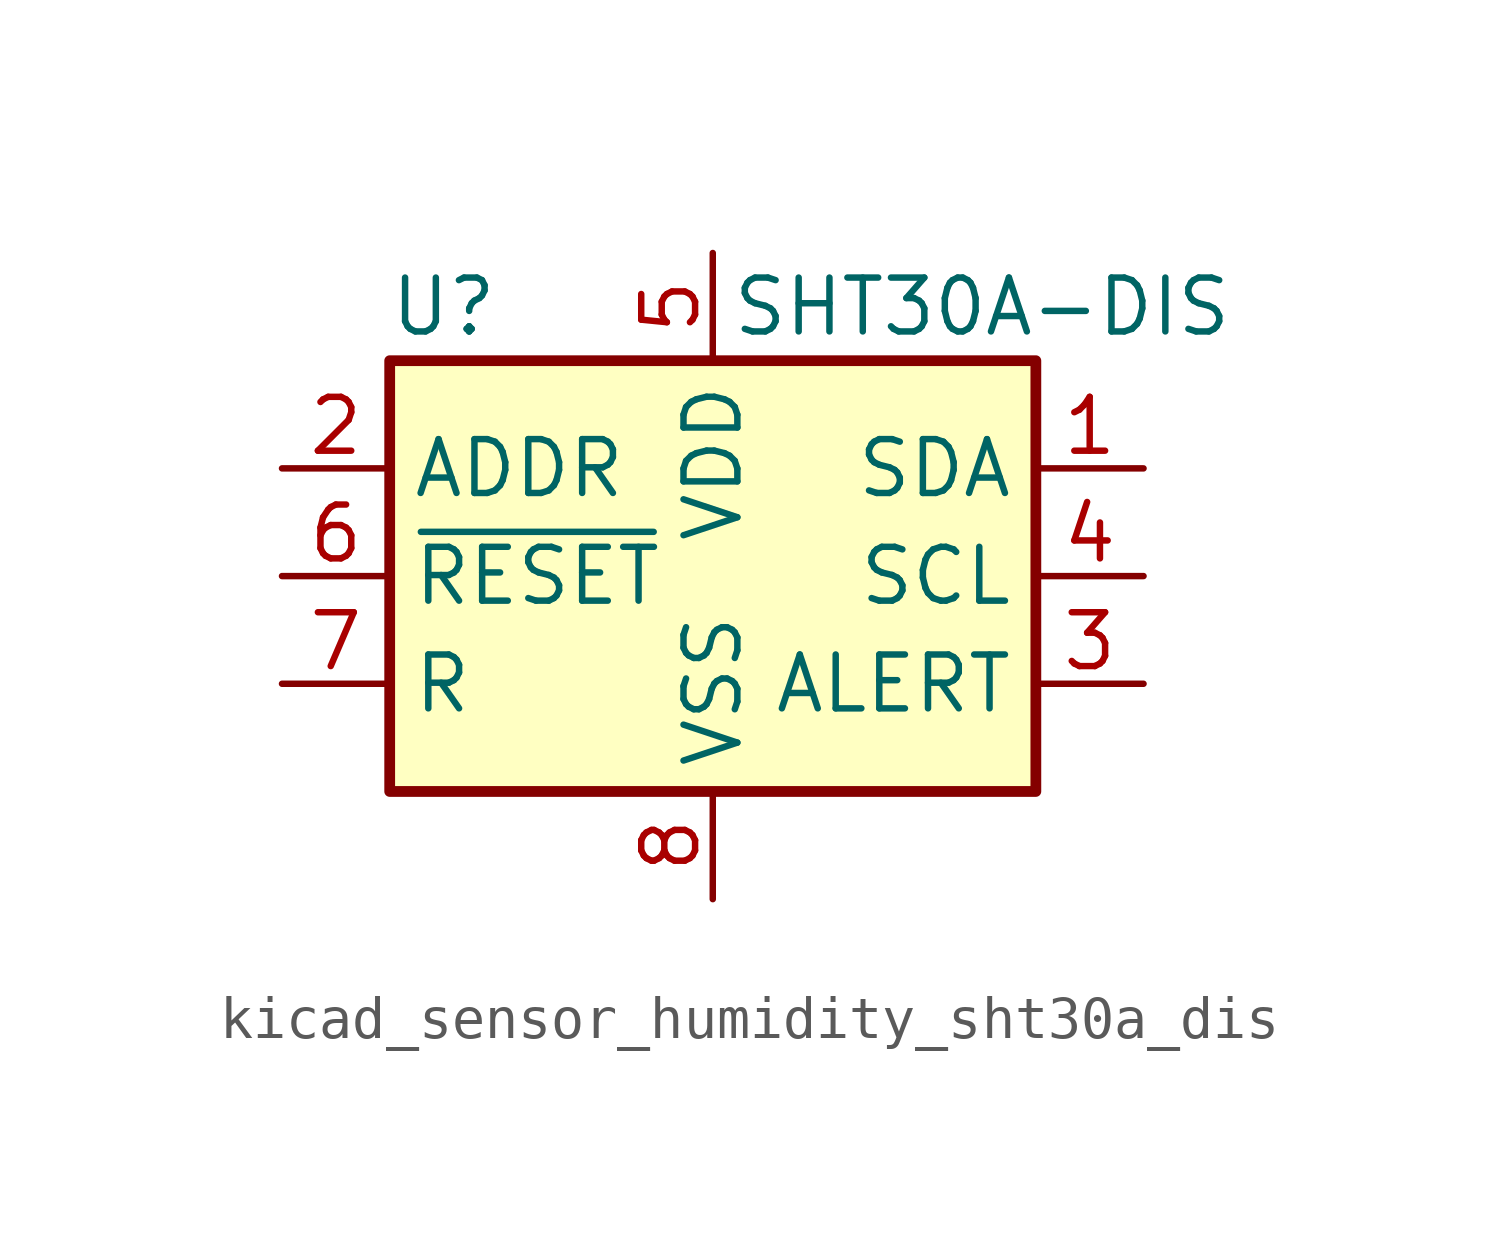
<source format=kicad_sym>
(kicad_symbol_lib
  (version 20220914)
  (generator kicad_symbol_editor)
  (symbol "kicad_sensor_humidity_sht30a_dis"
    (property "Reference" "U"
      (at -6.35 6.35 0)
      (effects (font (size 1.27 1.27))))
    (property "Value" "SHT30A-DIS"
      (at 6.35 6.35 0)
      (effects (font (size 1.27 1.27))))
    (symbol "kicad_sensor_humidity_sht30a_dis_0_1"
      (rectangle (start -7.62 5.08) (end 7.62 -5.08) (stroke (width 0.254) (type default)) (fill (type background))))
    (symbol "kicad_sensor_humidity_sht30a_dis_1_1"
      (pin bidirectional line (at 10.16 2.54 180) (length 2.54) (name "SDA" (effects (font (size 1.27 1.27)))) (number "1" (effects (font (size 1.27 1.27)))))
      (pin input line (at -10.16 2.54 0) (length 2.54) (name "ADDR" (effects (font (size 1.27 1.27)))) (number "2" (effects (font (size 1.27 1.27)))))
      (pin output line (at 10.16 -2.54 180) (length 2.54) (name "ALERT" (effects (font (size 1.27 1.27)))) (number "3" (effects (font (size 1.27 1.27)))))
      (pin input line (at 10.16 0 180) (length 2.54) (name "SCL" (effects (font (size 1.27 1.27)))) (number "4" (effects (font (size 1.27 1.27)))))
      (pin power_in line (at 0 7.62 270) (length 2.54) (name "VDD" (effects (font (size 1.27 1.27)))) (number "5" (effects (font (size 1.27 1.27)))))
      (pin input line (at -10.16 0 0) (length 2.54) (name "~{RESET}" (effects (font (size 1.27 1.27)))) (number "6" (effects (font (size 1.27 1.27)))))
      (pin passive line (at -10.16 -2.54 0) (length 2.54) (name "R" (effects (font (size 1.27 1.27)))) (number "7" (effects (font (size 1.27 1.27)))))
      (pin power_in line (at 0 -7.62 90) (length 2.54) (name "VSS" (effects (font (size 1.27 1.27)))) (number "8" (effects (font (size 1.27 1.27)))))
      (pin passive line (at 0 -7.62 90) (length 2.54) hide (name "VSS" (effects (font (size 1.27 1.27)))) (number "9" (effects (font (size 1.27 1.27))))))))
</source>
